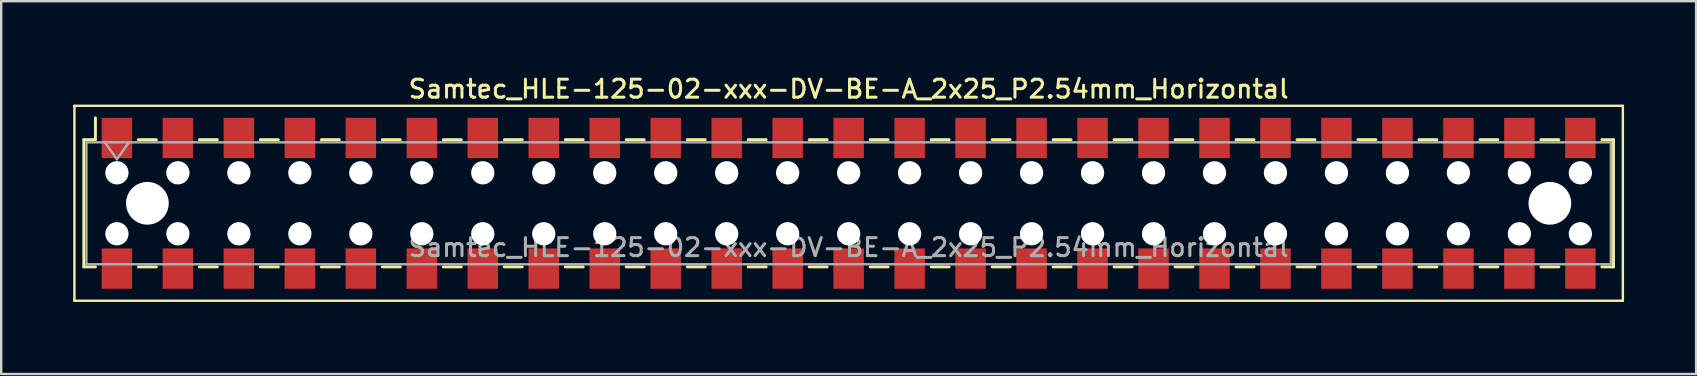
<source format=kicad_pcb>
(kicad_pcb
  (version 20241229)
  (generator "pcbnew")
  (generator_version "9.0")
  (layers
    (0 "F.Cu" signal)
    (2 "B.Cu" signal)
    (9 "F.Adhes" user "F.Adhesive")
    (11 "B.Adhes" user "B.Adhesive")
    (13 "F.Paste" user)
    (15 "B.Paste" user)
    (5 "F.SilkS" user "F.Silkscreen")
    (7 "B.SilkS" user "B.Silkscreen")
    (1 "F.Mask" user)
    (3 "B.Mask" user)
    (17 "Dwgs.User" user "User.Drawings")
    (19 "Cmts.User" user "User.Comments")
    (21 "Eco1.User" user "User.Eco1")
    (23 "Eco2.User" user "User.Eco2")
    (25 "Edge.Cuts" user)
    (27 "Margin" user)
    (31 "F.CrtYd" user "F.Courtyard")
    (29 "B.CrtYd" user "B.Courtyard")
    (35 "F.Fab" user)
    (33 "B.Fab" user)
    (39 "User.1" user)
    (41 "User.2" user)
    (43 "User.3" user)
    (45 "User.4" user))
  (footprint "Samtec_HLE-125-02-xxx-DV-BE-A_2x25_P2.54mm_Horizontal"
    (layer "F.Cu")
    (at 32.3 5.418)
    (property "Reference" "Samtec_HLE-125-02-xxx-DV-BE-A_2x25_P2.54mm_Horizontal" (at 0 -4.76 0) (layer "F.SilkS") (effects (font (size 0.75 0.75) (thickness 0.125))))
    (attr smd)
    (fp_line (start -32.25 -4.06) (end 32.25 -4.06) (stroke (width 0.1) (type solid)) (layer "F.SilkS"))
    (fp_line (start -32.25 4.06) (end -32.25 -4.06) (stroke (width 0.1) (type solid)) (layer "F.SilkS"))
    (fp_line (start -31.86 -2.65) (end -31.86 2.65) (stroke (width 0.12) (type solid)) (layer "F.SilkS"))
    (fp_line (start -31.86 2.65) (end -31.375 2.65) (stroke (width 0.12) (type solid)) (layer "F.SilkS"))
    (fp_line (start -31.375 -3.56) (end -31.375 -2.65) (stroke (width 0.12) (type solid)) (layer "F.SilkS"))
    (fp_line (start -31.375 -2.65) (end -31.86 -2.65) (stroke (width 0.12) (type solid)) (layer "F.SilkS"))
    (fp_line (start -29.585 -2.65) (end -28.835 -2.65) (stroke (width 0.12) (type solid)) (layer "F.SilkS"))
    (fp_line (start -29.585 2.65) (end -28.835 2.65) (stroke (width 0.12) (type solid)) (layer "F.SilkS"))
    (fp_line (start -27.045 -2.65) (end -26.295 -2.65) (stroke (width 0.12) (type solid)) (layer "F.SilkS"))
    (fp_line (start -27.045 2.65) (end -26.295 2.65) (stroke (width 0.12) (type solid)) (layer "F.SilkS"))
    (fp_line (start -24.505 -2.65) (end -23.755 -2.65) (stroke (width 0.12) (type solid)) (layer "F.SilkS"))
    (fp_line (start -24.505 2.65) (end -23.755 2.65) (stroke (width 0.12) (type solid)) (layer "F.SilkS"))
    (fp_line (start -21.965 -2.65) (end -21.215 -2.65) (stroke (width 0.12) (type solid)) (layer "F.SilkS"))
    (fp_line (start -21.965 2.65) (end -21.215 2.65) (stroke (width 0.12) (type solid)) (layer "F.SilkS"))
    (fp_line (start -19.425 -2.65) (end -18.675 -2.65) (stroke (width 0.12) (type solid)) (layer "F.SilkS"))
    (fp_line (start -19.425 2.65) (end -18.675 2.65) (stroke (width 0.12) (type solid)) (layer "F.SilkS"))
    (fp_line (start -16.885 -2.65) (end -16.135 -2.65) (stroke (width 0.12) (type solid)) (layer "F.SilkS"))
    (fp_line (start -16.885 2.65) (end -16.135 2.65) (stroke (width 0.12) (type solid)) (layer "F.SilkS"))
    (fp_line (start -14.345 -2.65) (end -13.595 -2.65) (stroke (width 0.12) (type solid)) (layer "F.SilkS"))
    (fp_line (start -14.345 2.65) (end -13.595 2.65) (stroke (width 0.12) (type solid)) (layer "F.SilkS"))
    (fp_line (start -11.805 -2.65) (end -11.055 -2.65) (stroke (width 0.12) (type solid)) (layer "F.SilkS"))
    (fp_line (start -11.805 2.65) (end -11.055 2.65) (stroke (width 0.12) (type solid)) (layer "F.SilkS"))
    (fp_line (start -9.265 -2.65) (end -8.515 -2.65) (stroke (width 0.12) (type solid)) (layer "F.SilkS"))
    (fp_line (start -9.265 2.65) (end -8.515 2.65) (stroke (width 0.12) (type solid)) (layer "F.SilkS"))
    (fp_line (start -6.725 -2.65) (end -5.975 -2.65) (stroke (width 0.12) (type solid)) (layer "F.SilkS"))
    (fp_line (start -6.725 2.65) (end -5.975 2.65) (stroke (width 0.12) (type solid)) (layer "F.SilkS"))
    (fp_line (start -4.185 -2.65) (end -3.435 -2.65) (stroke (width 0.12) (type solid)) (layer "F.SilkS"))
    (fp_line (start -4.185 2.65) (end -3.435 2.65) (stroke (width 0.12) (type solid)) (layer "F.SilkS"))
    (fp_line (start -1.645 -2.65) (end -0.895 -2.65) (stroke (width 0.12) (type solid)) (layer "F.SilkS"))
    (fp_line (start -1.645 2.65) (end -0.895 2.65) (stroke (width 0.12) (type solid)) (layer "F.SilkS"))
    (fp_line (start 0.895 -2.65) (end 1.645 -2.65) (stroke (width 0.12) (type solid)) (layer "F.SilkS"))
    (fp_line (start 0.895 2.65) (end 1.645 2.65) (stroke (width 0.12) (type solid)) (layer "F.SilkS"))
    (fp_line (start 3.435 -2.65) (end 4.185 -2.65) (stroke (width 0.12) (type solid)) (layer "F.SilkS"))
    (fp_line (start 3.435 2.65) (end 4.185 2.65) (stroke (width 0.12) (type solid)) (layer "F.SilkS"))
    (fp_line (start 5.975 -2.65) (end 6.725 -2.65) (stroke (width 0.12) (type solid)) (layer "F.SilkS"))
    (fp_line (start 5.975 2.65) (end 6.725 2.65) (stroke (width 0.12) (type solid)) (layer "F.SilkS"))
    (fp_line (start 8.515 -2.65) (end 9.265 -2.65) (stroke (width 0.12) (type solid)) (layer "F.SilkS"))
    (fp_line (start 8.515 2.65) (end 9.265 2.65) (stroke (width 0.12) (type solid)) (layer "F.SilkS"))
    (fp_line (start 11.055 -2.65) (end 11.805 -2.65) (stroke (width 0.12) (type solid)) (layer "F.SilkS"))
    (fp_line (start 11.055 2.65) (end 11.805 2.65) (stroke (width 0.12) (type solid)) (layer "F.SilkS"))
    (fp_line (start 13.595 -2.65) (end 14.345 -2.65) (stroke (width 0.12) (type solid)) (layer "F.SilkS"))
    (fp_line (start 13.595 2.65) (end 14.345 2.65) (stroke (width 0.12) (type solid)) (layer "F.SilkS"))
    (fp_line (start 16.135 -2.65) (end 16.885 -2.65) (stroke (width 0.12) (type solid)) (layer "F.SilkS"))
    (fp_line (start 16.135 2.65) (end 16.885 2.65) (stroke (width 0.12) (type solid)) (layer "F.SilkS"))
    (fp_line (start 18.675 -2.65) (end 19.425 -2.65) (stroke (width 0.12) (type solid)) (layer "F.SilkS"))
    (fp_line (start 18.675 2.65) (end 19.425 2.65) (stroke (width 0.12) (type solid)) (layer "F.SilkS"))
    (fp_line (start 21.215 -2.65) (end 21.965 -2.65) (stroke (width 0.12) (type solid)) (layer "F.SilkS"))
    (fp_line (start 21.215 2.65) (end 21.965 2.65) (stroke (width 0.12) (type solid)) (layer "F.SilkS"))
    (fp_line (start 23.755 -2.65) (end 24.505 -2.65) (stroke (width 0.12) (type solid)) (layer "F.SilkS"))
    (fp_line (start 23.755 2.65) (end 24.505 2.65) (stroke (width 0.12) (type solid)) (layer "F.SilkS"))
    (fp_line (start 26.295 -2.65) (end 27.045 -2.65) (stroke (width 0.12) (type solid)) (layer "F.SilkS"))
    (fp_line (start 26.295 2.65) (end 27.045 2.65) (stroke (width 0.12) (type solid)) (layer "F.SilkS"))
    (fp_line (start 28.835 -2.65) (end 29.585 -2.65) (stroke (width 0.12) (type solid)) (layer "F.SilkS"))
    (fp_line (start 28.835 2.65) (end 29.585 2.65) (stroke (width 0.12) (type solid)) (layer "F.SilkS"))
    (fp_line (start 31.375 -2.65) (end 31.86 -2.65) (stroke (width 0.12) (type solid)) (layer "F.SilkS"))
    (fp_line (start 31.86 -2.65) (end 31.86 2.65) (stroke (width 0.12) (type solid)) (layer "F.SilkS"))
    (fp_line (start 31.86 2.65) (end 31.375 2.65) (stroke (width 0.12) (type solid)) (layer "F.SilkS"))
    (fp_line (start 32.25 -4.06) (end 32.25 4.06) (stroke (width 0.1) (type solid)) (layer "F.SilkS"))
    (fp_line (start 32.25 4.06) (end -32.25 4.06) (stroke (width 0.1) (type solid)) (layer "F.SilkS"))
    (fp_line (start -31.75 -2.54) (end 31.75 -2.54) (stroke (width 0.1) (type solid)) (layer "F.Fab"))
    (fp_line (start -31.75 2.54) (end -31.75 -2.54) (stroke (width 0.1) (type solid)) (layer "F.Fab"))
    (fp_line (start -30.98 -2.54) (end -30.48 -1.833) (stroke (width 0.1) (type solid)) (layer "F.Fab"))
    (fp_line (start -30.48 -1.833) (end -29.98 -2.54) (stroke (width 0.1) (type solid)) (layer "F.Fab"))
    (fp_line (start 31.75 -2.54) (end 31.75 2.54) (stroke (width 0.1) (type solid)) (layer "F.Fab"))
    (fp_line (start 31.75 2.54) (end -31.75 2.54) (stroke (width 0.1) (type solid)) (layer "F.Fab"))
    (fp_text user "${REFERENCE}" (at 0 1.84 0) (layer "F.Fab") (effects (font (size 0.75 0.75) (thickness 0.125))))
    (pad "" np_thru_hole circle (at -30.48 -1.27) (size 0.97 0.97) (drill 0.97) (layers "*.Cu" "*.Mask"))
    (pad "" np_thru_hole circle (at -30.48 1.27) (size 0.97 0.97) (drill 0.97) (layers "*.Cu" "*.Mask"))
    (pad "" np_thru_hole circle (at -29.21 0) (size 1.78 1.78) (drill 1.78) (layers "*.Cu" "*.Mask"))
    (pad "" np_thru_hole circle (at -27.94 -1.27) (size 0.97 0.97) (drill 0.97) (layers "*.Cu" "*.Mask"))
    (pad "" np_thru_hole circle (at -27.94 1.27) (size 0.97 0.97) (drill 0.97) (layers "*.Cu" "*.Mask"))
    (pad "" np_thru_hole circle (at -25.4 -1.27) (size 0.97 0.97) (drill 0.97) (layers "*.Cu" "*.Mask"))
    (pad "" np_thru_hole circle (at -25.4 1.27) (size 0.97 0.97) (drill 0.97) (layers "*.Cu" "*.Mask"))
    (pad "" np_thru_hole circle (at -22.86 -1.27) (size 0.97 0.97) (drill 0.97) (layers "*.Cu" "*.Mask"))
    (pad "" np_thru_hole circle (at -22.86 1.27) (size 0.97 0.97) (drill 0.97) (layers "*.Cu" "*.Mask"))
    (pad "" np_thru_hole circle (at -20.32 -1.27) (size 0.97 0.97) (drill 0.97) (layers "*.Cu" "*.Mask"))
    (pad "" np_thru_hole circle (at -20.32 1.27) (size 0.97 0.97) (drill 0.97) (layers "*.Cu" "*.Mask"))
    (pad "" np_thru_hole circle (at -17.78 -1.27) (size 0.97 0.97) (drill 0.97) (layers "*.Cu" "*.Mask"))
    (pad "" np_thru_hole circle (at -17.78 1.27) (size 0.97 0.97) (drill 0.97) (layers "*.Cu" "*.Mask"))
    (pad "" np_thru_hole circle (at -15.24 -1.27) (size 0.97 0.97) (drill 0.97) (layers "*.Cu" "*.Mask"))
    (pad "" np_thru_hole circle (at -15.24 1.27) (size 0.97 0.97) (drill 0.97) (layers "*.Cu" "*.Mask"))
    (pad "" np_thru_hole circle (at -12.7 -1.27) (size 0.97 0.97) (drill 0.97) (layers "*.Cu" "*.Mask"))
    (pad "" np_thru_hole circle (at -12.7 1.27) (size 0.97 0.97) (drill 0.97) (layers "*.Cu" "*.Mask"))
    (pad "" np_thru_hole circle (at -10.16 -1.27) (size 0.97 0.97) (drill 0.97) (layers "*.Cu" "*.Mask"))
    (pad "" np_thru_hole circle (at -10.16 1.27) (size 0.97 0.97) (drill 0.97) (layers "*.Cu" "*.Mask"))
    (pad "" np_thru_hole circle (at -7.62 -1.27) (size 0.97 0.97) (drill 0.97) (layers "*.Cu" "*.Mask"))
    (pad "" np_thru_hole circle (at -7.62 1.27) (size 0.97 0.97) (drill 0.97) (layers "*.Cu" "*.Mask"))
    (pad "" np_thru_hole circle (at -5.08 -1.27) (size 0.97 0.97) (drill 0.97) (layers "*.Cu" "*.Mask"))
    (pad "" np_thru_hole circle (at -5.08 1.27) (size 0.97 0.97) (drill 0.97) (layers "*.Cu" "*.Mask"))
    (pad "" np_thru_hole circle (at -2.54 -1.27) (size 0.97 0.97) (drill 0.97) (layers "*.Cu" "*.Mask"))
    (pad "" np_thru_hole circle (at -2.54 1.27) (size 0.97 0.97) (drill 0.97) (layers "*.Cu" "*.Mask"))
    (pad "" np_thru_hole circle (at 0 -1.27) (size 0.97 0.97) (drill 0.97) (layers "*.Cu" "*.Mask"))
    (pad "" np_thru_hole circle (at 0 1.27) (size 0.97 0.97) (drill 0.97) (layers "*.Cu" "*.Mask"))
    (pad "" np_thru_hole circle (at 2.54 -1.27) (size 0.97 0.97) (drill 0.97) (layers "*.Cu" "*.Mask"))
    (pad "" np_thru_hole circle (at 2.54 1.27) (size 0.97 0.97) (drill 0.97) (layers "*.Cu" "*.Mask"))
    (pad "" np_thru_hole circle (at 5.08 -1.27) (size 0.97 0.97) (drill 0.97) (layers "*.Cu" "*.Mask"))
    (pad "" np_thru_hole circle (at 5.08 1.27) (size 0.97 0.97) (drill 0.97) (layers "*.Cu" "*.Mask"))
    (pad "" np_thru_hole circle (at 7.62 -1.27) (size 0.97 0.97) (drill 0.97) (layers "*.Cu" "*.Mask"))
    (pad "" np_thru_hole circle (at 7.62 1.27) (size 0.97 0.97) (drill 0.97) (layers "*.Cu" "*.Mask"))
    (pad "" np_thru_hole circle (at 10.16 -1.27) (size 0.97 0.97) (drill 0.97) (layers "*.Cu" "*.Mask"))
    (pad "" np_thru_hole circle (at 10.16 1.27) (size 0.97 0.97) (drill 0.97) (layers "*.Cu" "*.Mask"))
    (pad "" np_thru_hole circle (at 12.7 -1.27) (size 0.97 0.97) (drill 0.97) (layers "*.Cu" "*.Mask"))
    (pad "" np_thru_hole circle (at 12.7 1.27) (size 0.97 0.97) (drill 0.97) (layers "*.Cu" "*.Mask"))
    (pad "" np_thru_hole circle (at 15.24 -1.27) (size 0.97 0.97) (drill 0.97) (layers "*.Cu" "*.Mask"))
    (pad "" np_thru_hole circle (at 15.24 1.27) (size 0.97 0.97) (drill 0.97) (layers "*.Cu" "*.Mask"))
    (pad "" np_thru_hole circle (at 17.78 -1.27) (size 0.97 0.97) (drill 0.97) (layers "*.Cu" "*.Mask"))
    (pad "" np_thru_hole circle (at 17.78 1.27) (size 0.97 0.97) (drill 0.97) (layers "*.Cu" "*.Mask"))
    (pad "" np_thru_hole circle (at 20.32 -1.27) (size 0.97 0.97) (drill 0.97) (layers "*.Cu" "*.Mask"))
    (pad "" np_thru_hole circle (at 20.32 1.27) (size 0.97 0.97) (drill 0.97) (layers "*.Cu" "*.Mask"))
    (pad "" np_thru_hole circle (at 22.86 -1.27) (size 0.97 0.97) (drill 0.97) (layers "*.Cu" "*.Mask"))
    (pad "" np_thru_hole circle (at 22.86 1.27) (size 0.97 0.97) (drill 0.97) (layers "*.Cu" "*.Mask"))
    (pad "" np_thru_hole circle (at 25.4 -1.27) (size 0.97 0.97) (drill 0.97) (layers "*.Cu" "*.Mask"))
    (pad "" np_thru_hole circle (at 25.4 1.27) (size 0.97 0.97) (drill 0.97) (layers "*.Cu" "*.Mask"))
    (pad "" np_thru_hole circle (at 27.94 -1.27) (size 0.97 0.97) (drill 0.97) (layers "*.Cu" "*.Mask"))
    (pad "" np_thru_hole circle (at 27.94 1.27) (size 0.97 0.97) (drill 0.97) (layers "*.Cu" "*.Mask"))
    (pad "" np_thru_hole circle (at 29.21 0) (size 1.78 1.78) (drill 1.78) (layers "*.Cu" "*.Mask"))
    (pad "" np_thru_hole circle (at 30.48 -1.27) (size 0.97 0.97) (drill 0.97) (layers "*.Cu" "*.Mask"))
    (pad "" np_thru_hole circle (at 30.48 1.27) (size 0.97 0.97) (drill 0.97) (layers "*.Cu" "*.Mask"))
    (pad "1" smd rect (at -30.48 -2.72) (size 1.27 1.68) (layers "F.Cu" "F.Mask" "F.Paste"))
    (pad "2" smd rect (at -30.48 2.72) (size 1.27 1.68) (layers "F.Cu" "F.Mask" "F.Paste"))
    (pad "3" smd rect (at -27.94 -2.72) (size 1.27 1.68) (layers "F.Cu" "F.Mask" "F.Paste"))
    (pad "4" smd rect (at -27.94 2.72) (size 1.27 1.68) (layers "F.Cu" "F.Mask" "F.Paste"))
    (pad "5" smd rect (at -25.4 -2.72) (size 1.27 1.68) (layers "F.Cu" "F.Mask" "F.Paste"))
    (pad "6" smd rect (at -25.4 2.72) (size 1.27 1.68) (layers "F.Cu" "F.Mask" "F.Paste"))
    (pad "7" smd rect (at -22.86 -2.72) (size 1.27 1.68) (layers "F.Cu" "F.Mask" "F.Paste"))
    (pad "8" smd rect (at -22.86 2.72) (size 1.27 1.68) (layers "F.Cu" "F.Mask" "F.Paste"))
    (pad "9" smd rect (at -20.32 -2.72) (size 1.27 1.68) (layers "F.Cu" "F.Mask" "F.Paste"))
    (pad "10" smd rect (at -20.32 2.72) (size 1.27 1.68) (layers "F.Cu" "F.Mask" "F.Paste"))
    (pad "11" smd rect (at -17.78 -2.72) (size 1.27 1.68) (layers "F.Cu" "F.Mask" "F.Paste"))
    (pad "12" smd rect (at -17.78 2.72) (size 1.27 1.68) (layers "F.Cu" "F.Mask" "F.Paste"))
    (pad "13" smd rect (at -15.24 -2.72) (size 1.27 1.68) (layers "F.Cu" "F.Mask" "F.Paste"))
    (pad "14" smd rect (at -15.24 2.72) (size 1.27 1.68) (layers "F.Cu" "F.Mask" "F.Paste"))
    (pad "15" smd rect (at -12.7 -2.72) (size 1.27 1.68) (layers "F.Cu" "F.Mask" "F.Paste"))
    (pad "16" smd rect (at -12.7 2.72) (size 1.27 1.68) (layers "F.Cu" "F.Mask" "F.Paste"))
    (pad "17" smd rect (at -10.16 -2.72) (size 1.27 1.68) (layers "F.Cu" "F.Mask" "F.Paste"))
    (pad "18" smd rect (at -10.16 2.72) (size 1.27 1.68) (layers "F.Cu" "F.Mask" "F.Paste"))
    (pad "19" smd rect (at -7.62 -2.72) (size 1.27 1.68) (layers "F.Cu" "F.Mask" "F.Paste"))
    (pad "20" smd rect (at -7.62 2.72) (size 1.27 1.68) (layers "F.Cu" "F.Mask" "F.Paste"))
    (pad "21" smd rect (at -5.08 -2.72) (size 1.27 1.68) (layers "F.Cu" "F.Mask" "F.Paste"))
    (pad "22" smd rect (at -5.08 2.72) (size 1.27 1.68) (layers "F.Cu" "F.Mask" "F.Paste"))
    (pad "23" smd rect (at -2.54 -2.72) (size 1.27 1.68) (layers "F.Cu" "F.Mask" "F.Paste"))
    (pad "24" smd rect (at -2.54 2.72) (size 1.27 1.68) (layers "F.Cu" "F.Mask" "F.Paste"))
    (pad "25" smd rect (at 0 -2.72) (size 1.27 1.68) (layers "F.Cu" "F.Mask" "F.Paste"))
    (pad "26" smd rect (at 0 2.72) (size 1.27 1.68) (layers "F.Cu" "F.Mask" "F.Paste"))
    (pad "27" smd rect (at 2.54 -2.72) (size 1.27 1.68) (layers "F.Cu" "F.Mask" "F.Paste"))
    (pad "28" smd rect (at 2.54 2.72) (size 1.27 1.68) (layers "F.Cu" "F.Mask" "F.Paste"))
    (pad "29" smd rect (at 5.08 -2.72) (size 1.27 1.68) (layers "F.Cu" "F.Mask" "F.Paste"))
    (pad "30" smd rect (at 5.08 2.72) (size 1.27 1.68) (layers "F.Cu" "F.Mask" "F.Paste"))
    (pad "31" smd rect (at 7.62 -2.72) (size 1.27 1.68) (layers "F.Cu" "F.Mask" "F.Paste"))
    (pad "32" smd rect (at 7.62 2.72) (size 1.27 1.68) (layers "F.Cu" "F.Mask" "F.Paste"))
    (pad "33" smd rect (at 10.16 -2.72) (size 1.27 1.68) (layers "F.Cu" "F.Mask" "F.Paste"))
    (pad "34" smd rect (at 10.16 2.72) (size 1.27 1.68) (layers "F.Cu" "F.Mask" "F.Paste"))
    (pad "35" smd rect (at 12.7 -2.72) (size 1.27 1.68) (layers "F.Cu" "F.Mask" "F.Paste"))
    (pad "36" smd rect (at 12.7 2.72) (size 1.27 1.68) (layers "F.Cu" "F.Mask" "F.Paste"))
    (pad "37" smd rect (at 15.24 -2.72) (size 1.27 1.68) (layers "F.Cu" "F.Mask" "F.Paste"))
    (pad "38" smd rect (at 15.24 2.72) (size 1.27 1.68) (layers "F.Cu" "F.Mask" "F.Paste"))
    (pad "39" smd rect (at 17.78 -2.72) (size 1.27 1.68) (layers "F.Cu" "F.Mask" "F.Paste"))
    (pad "40" smd rect (at 17.78 2.72) (size 1.27 1.68) (layers "F.Cu" "F.Mask" "F.Paste"))
    (pad "41" smd rect (at 20.32 -2.72) (size 1.27 1.68) (layers "F.Cu" "F.Mask" "F.Paste"))
    (pad "42" smd rect (at 20.32 2.72) (size 1.27 1.68) (layers "F.Cu" "F.Mask" "F.Paste"))
    (pad "43" smd rect (at 22.86 -2.72) (size 1.27 1.68) (layers "F.Cu" "F.Mask" "F.Paste"))
    (pad "44" smd rect (at 22.86 2.72) (size 1.27 1.68) (layers "F.Cu" "F.Mask" "F.Paste"))
    (pad "45" smd rect (at 25.4 -2.72) (size 1.27 1.68) (layers "F.Cu" "F.Mask" "F.Paste"))
    (pad "46" smd rect (at 25.4 2.72) (size 1.27 1.68) (layers "F.Cu" "F.Mask" "F.Paste"))
    (pad "47" smd rect (at 27.94 -2.72) (size 1.27 1.68) (layers "F.Cu" "F.Mask" "F.Paste"))
    (pad "48" smd rect (at 27.94 2.72) (size 1.27 1.68) (layers "F.Cu" "F.Mask" "F.Paste"))
    (pad "49" smd rect (at 30.48 -2.72) (size 1.27 1.68) (layers "F.Cu" "F.Mask" "F.Paste"))
    (pad "50" smd rect (at 30.48 2.72) (size 1.27 1.68) (layers "F.Cu" "F.Mask" "F.Paste")))
  (gr_rect
    (start -3 -3)
    (end 67.6 12.528)
    (stroke (width 0.1) (type default))
    (fill no)
    (layer "Edge.Cuts")))
</source>
